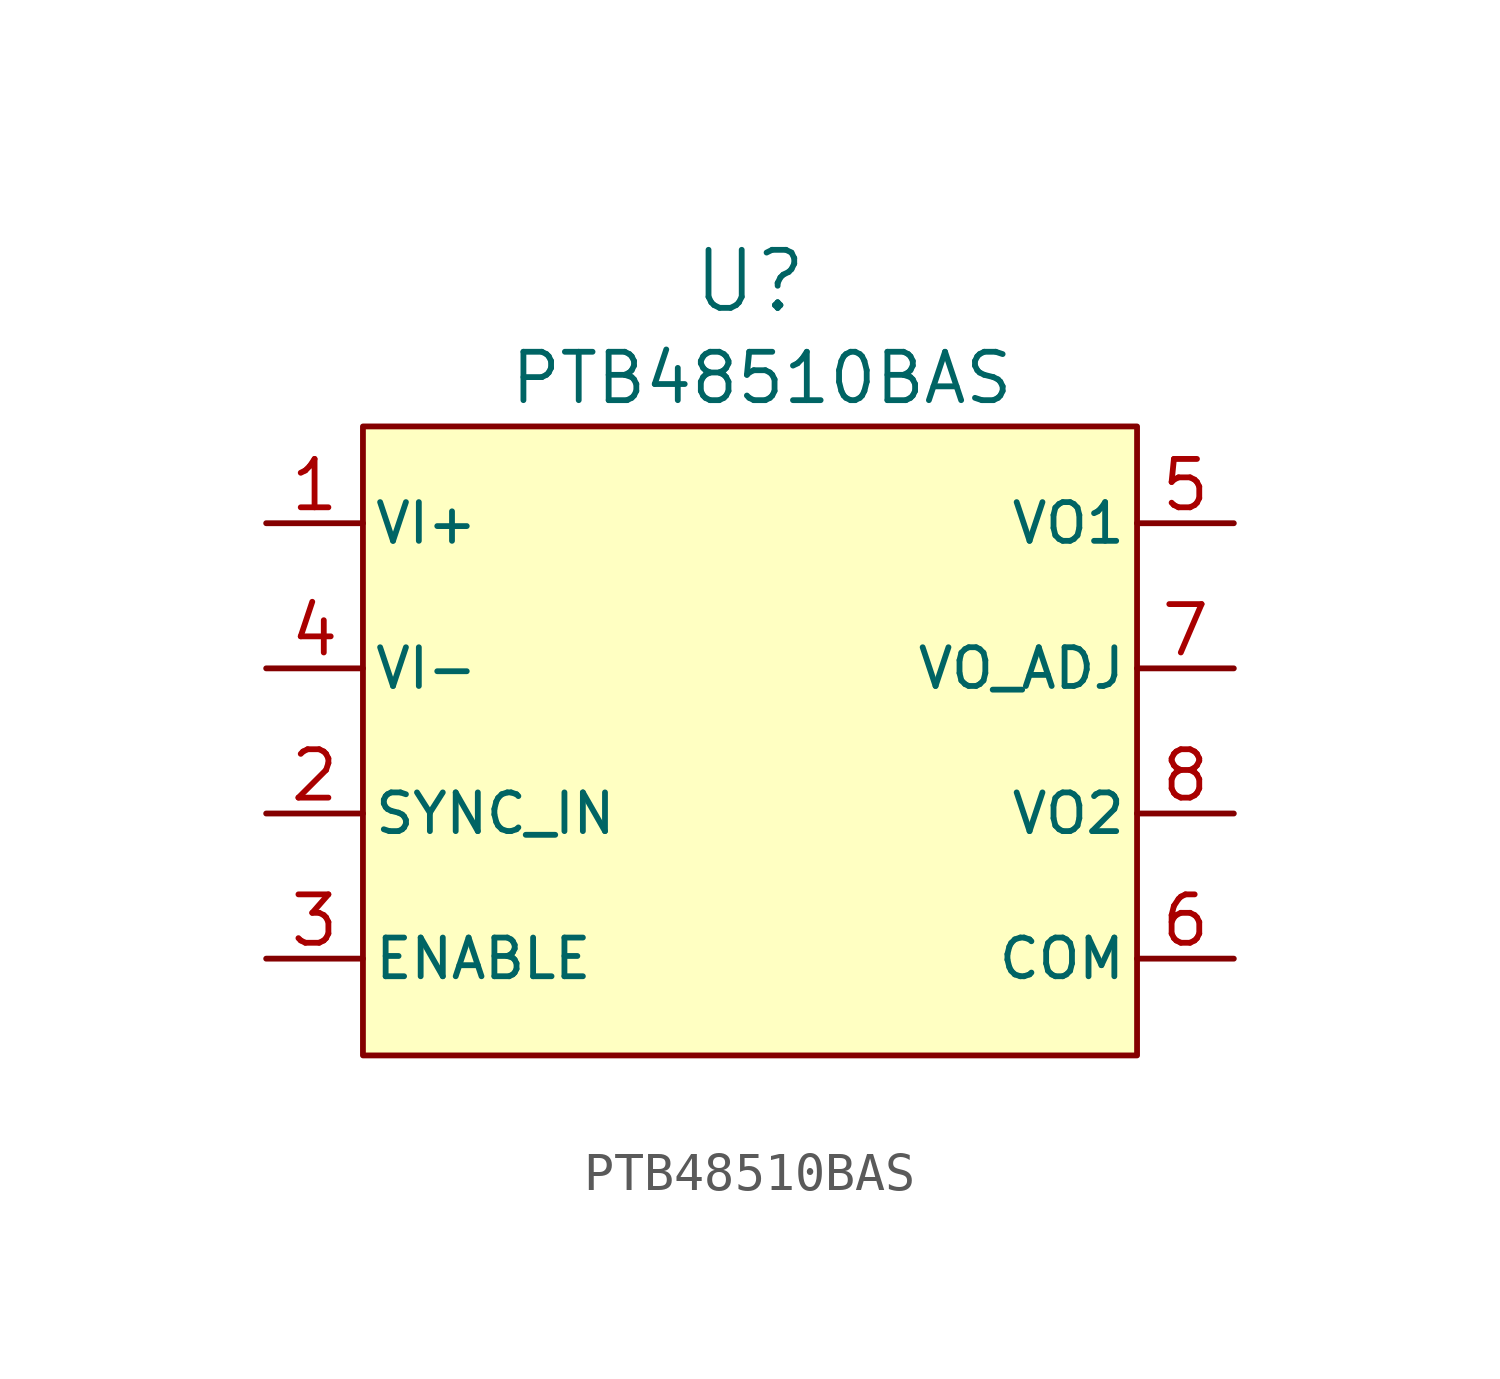
<source format=kicad_sym>
(kicad_symbol_lib
  (version 20201005)
  (generator kicad_symbol_editor)
  (symbol "CustomSymbols:PTB48510BAS"
    (pin_names
      (offset 0.254))
    (property "Reference" "U"
      (at 0 10.16 0)
      (effects (font (size 1.524 1.524))))
    (property "Value" "PTB48510BAS"
      (at -6.35 7.62 0)
      (effects (font (size 1.27 1.27)) (justify left)))
    (property "Datasheet" ""
      (at -12.7 0 0)
      (effects (font (size 1.524 1.524))))
    (symbol "PTB48510BAS_0_0"
      (pin power_in line (at -12.7 3.81 0) (length 2.54) (name "VI+" (effects (font (size 1.016 1.016)))) (number "1" (effects (font (size 1.27 1.27)))))
      (pin input line (at -12.7 -3.81 0) (length 2.54) (name "SYNC_IN" (effects (font (size 1.016 1.016)))) (number "2" (effects (font (size 1.27 1.27)))))
      (pin input line (at -12.7 -7.62 0) (length 2.54) (name "ENABLE" (effects (font (size 1.016 1.016)))) (number "3" (effects (font (size 1.27 1.27)))))
      (pin power_in line (at -12.7 0 0) (length 2.54) (name "VI-" (effects (font (size 1.016 1.016)))) (number "4" (effects (font (size 1.27 1.27)))))
      (pin power_out line (at 12.7 3.81 180) (length 2.54) (name "VO1" (effects (font (size 1.016 1.016)))) (number "5" (effects (font (size 1.27 1.27)))))
      (pin power_out line (at 12.7 -7.62 180) (length 2.54) (name "COM" (effects (font (size 1.016 1.016)))) (number "6" (effects (font (size 1.27 1.27)))))
      (pin input line (at 12.7 0 180) (length 2.54) (name "VO_ADJ" (effects (font (size 1.016 1.016)))) (number "7" (effects (font (size 1.27 1.27)))))
      (pin power_out line (at 12.7 -3.81 180) (length 2.54) (name "VO2" (effects (font (size 1.016 1.016)))) (number "8" (effects (font (size 1.27 1.27))))))
    (symbol "PTB48510BAS_0_1"
      (rectangle (start -10.16 6.35) (end 10.16 -10.16) (stroke (width 0.152)) (fill (type background))))))
</source>
